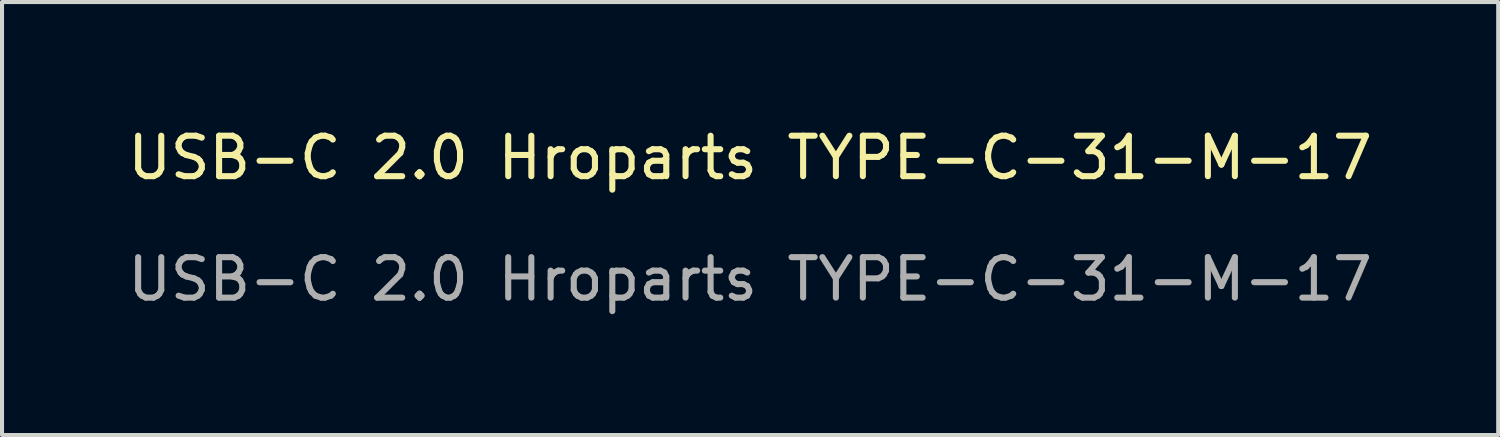
<source format=kicad_pcb>
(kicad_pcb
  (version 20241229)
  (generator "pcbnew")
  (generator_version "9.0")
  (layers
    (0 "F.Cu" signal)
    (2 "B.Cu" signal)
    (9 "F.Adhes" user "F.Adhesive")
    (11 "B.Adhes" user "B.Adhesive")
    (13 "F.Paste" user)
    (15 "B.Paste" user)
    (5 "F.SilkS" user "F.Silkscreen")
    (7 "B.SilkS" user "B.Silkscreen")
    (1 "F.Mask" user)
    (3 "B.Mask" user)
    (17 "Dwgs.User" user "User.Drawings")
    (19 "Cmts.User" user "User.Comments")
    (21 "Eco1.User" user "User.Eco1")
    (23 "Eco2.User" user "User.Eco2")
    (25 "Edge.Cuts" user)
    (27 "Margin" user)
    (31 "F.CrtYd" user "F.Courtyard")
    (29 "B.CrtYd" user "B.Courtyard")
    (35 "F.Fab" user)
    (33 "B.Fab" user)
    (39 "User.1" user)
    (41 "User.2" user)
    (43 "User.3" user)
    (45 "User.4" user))
  (footprint "USB-C 2.0 Hroparts TYPE-C-31-M-17"
    (layer "F.Cu")
    (at 15.482 1.348)
    (property "Reference" "USB-C 2.0 Hroparts TYPE-C-31-M-17" (at 0 -0.5 0) (unlocked yes) (layer "F.SilkS") (effects (font (size 1 1) (thickness 0.15))))
    (attr through_hole)
    (fp_text user "${REFERENCE}" (at 0 2.5 0) (unlocked yes) (layer "F.Fab") (effects (font (size 1 1) (thickness 0.15)))))
  (gr_rect
    (start -3 -3)
    (end 33.964 7.697)
    (stroke (width 0.1) (type default))
    (fill no)
    (layer "Edge.Cuts")))
</source>
